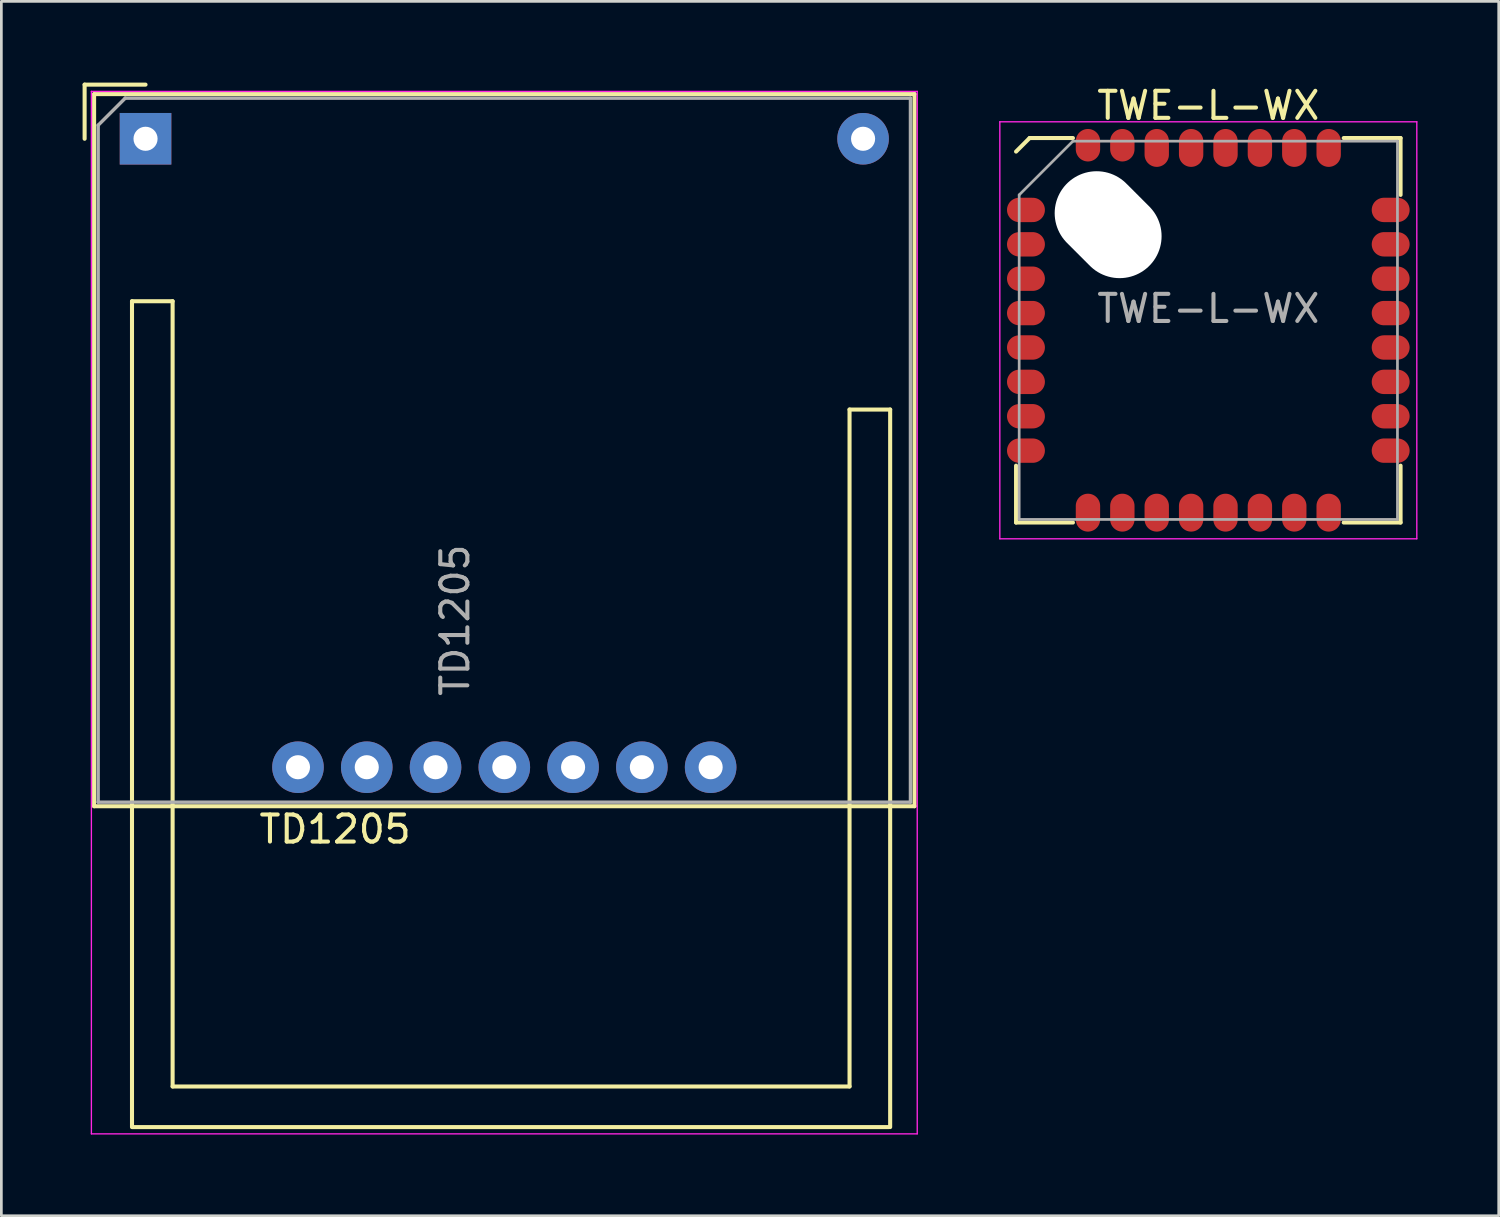
<source format=kicad_pcb>
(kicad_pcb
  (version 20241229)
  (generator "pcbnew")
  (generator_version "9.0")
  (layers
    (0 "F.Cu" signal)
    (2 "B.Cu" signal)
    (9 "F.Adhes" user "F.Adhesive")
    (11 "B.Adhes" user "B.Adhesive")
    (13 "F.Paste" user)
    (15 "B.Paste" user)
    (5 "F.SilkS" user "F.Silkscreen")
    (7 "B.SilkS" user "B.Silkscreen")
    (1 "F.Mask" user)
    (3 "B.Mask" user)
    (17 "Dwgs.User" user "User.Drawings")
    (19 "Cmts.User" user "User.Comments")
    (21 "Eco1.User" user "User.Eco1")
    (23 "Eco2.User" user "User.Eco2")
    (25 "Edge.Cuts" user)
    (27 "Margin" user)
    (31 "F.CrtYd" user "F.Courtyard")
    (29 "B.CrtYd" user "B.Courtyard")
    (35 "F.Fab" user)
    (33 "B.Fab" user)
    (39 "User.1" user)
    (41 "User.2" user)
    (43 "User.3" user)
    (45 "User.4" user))
  (footprint "TD1205"
    (layer "F.Cu")
    (at 2.325 2.075)
    (property "Reference" "TD1205" (at 7 25.5 180) (layer "F.SilkS") (effects (font (size 1 1) (thickness 0.15))))
    (attr through_hole)
    (fp_line (start -2.25 -2) (end -2.25 0) (stroke (width 0.15) (type solid)) (layer "F.SilkS"))
    (fp_line (start -1.9 24.65) (end -1.9 -1.65) (stroke (width 0.15) (type solid)) (layer "F.SilkS"))
    (fp_line (start -0.5 6) (end -0.5 36.5) (stroke (width 0.15) (type solid)) (layer "F.SilkS"))
    (fp_line (start -0.5 6) (end 1 6) (stroke (width 0.15) (type solid)) (layer "F.SilkS"))
    (fp_line (start -0.48 36.5) (end 27.46 36.5) (stroke (width 0.15) (type solid)) (layer "F.SilkS"))
    (fp_line (start 0 -2) (end -2.25 -2) (stroke (width 0.15) (type solid)) (layer "F.SilkS"))
    (fp_line (start 1 35) (end 1 6) (stroke (width 0.15) (type solid)) (layer "F.SilkS"))
    (fp_line (start 26 10) (end 26 35) (stroke (width 0.15) (type solid)) (layer "F.SilkS"))
    (fp_line (start 26 35) (end 1 35) (stroke (width 0.15) (type solid)) (layer "F.SilkS"))
    (fp_line (start 27.5 10) (end 26 10) (stroke (width 0.15) (type solid)) (layer "F.SilkS"))
    (fp_line (start 27.5 36.5) (end 27.5 10) (stroke (width 0.15) (type solid)) (layer "F.SilkS"))
    (fp_line (start 28.4 -1.65) (end -1.9 -1.65) (stroke (width 0.15) (type solid)) (layer "F.SilkS"))
    (fp_line (start 28.4 -1.65) (end 28.4 24.65) (stroke (width 0.15) (type solid)) (layer "F.SilkS"))
    (fp_line (start 28.4 24.65) (end -1.9 24.65) (stroke (width 0.15) (type solid)) (layer "F.SilkS"))
    (fp_line (start -2 -1.75) (end 28.5 -1.75) (stroke (width 0.05) (type solid)) (layer "F.CrtYd"))
    (fp_line (start -2 36.75) (end -2 -1.75) (stroke (width 0.05) (type solid)) (layer "F.CrtYd"))
    (fp_line (start 28.5 -1.75) (end 28.5 36.75) (stroke (width 0.05) (type solid)) (layer "F.CrtYd"))
    (fp_line (start 28.5 36.75) (end -2 36.75) (stroke (width 0.05) (type solid)) (layer "F.CrtYd"))
    (fp_line (start -1.75 -0.5) (end -0.75 -1.5) (stroke (width 0.127) (type solid)) (layer "F.Fab"))
    (fp_line (start -1.75 24.5) (end -1.75 -0.5) (stroke (width 0.127) (type solid)) (layer "F.Fab"))
    (fp_line (start -0.75 -1.5) (end 28.25 -1.5) (stroke (width 0.127) (type solid)) (layer "F.Fab"))
    (fp_line (start 28.25 -1.5) (end 28.25 24.5) (stroke (width 0.127) (type solid)) (layer "F.Fab"))
    (fp_line (start 28.25 24.5) (end -1.75 24.5) (stroke (width 0.127) (type solid)) (layer "F.Fab"))
    (fp_text user "${REFERENCE}" (at 11.43 17.78 90) (layer "F.Fab") (effects (font (size 1 1) (thickness 0.15))))
    (pad "1" thru_hole rect (at 0 0 90) (size 1.905 1.905) (drill 0.89) (layers "*.Cu" "*.Mask"))
    (pad "2" thru_hole circle (at 26.5 0 90) (size 1.905 1.905) (drill 0.89) (layers "*.Cu" "*.Mask"))
    (pad "3" thru_hole circle (at 5.63 23.21 90) (size 1.905 1.905) (drill 0.89) (layers "*.Cu" "*.Mask"))
    (pad "4" thru_hole circle (at 8.17 23.21 90) (size 1.905 1.905) (drill 0.89) (layers "*.Cu" "*.Mask"))
    (pad "5" thru_hole circle (at 10.71 23.21 90) (size 1.905 1.905) (drill 0.89) (layers "*.Cu" "*.Mask"))
    (pad "6" thru_hole circle (at 13.25 23.21 90) (size 1.905 1.905) (drill 0.89) (layers "*.Cu" "*.Mask"))
    (pad "7" thru_hole circle (at 15.79 23.21 90) (size 1.905 1.905) (drill 0.89) (layers "*.Cu" "*.Mask"))
    (pad "8" thru_hole circle (at 18.33 23.21 90) (size 1.905 1.905) (drill 0.89) (layers "*.Cu" "*.Mask"))
    (pad "9" thru_hole circle (at 20.87 23.21 90) (size 1.905 1.905) (drill 0.89) (layers "*.Cu" "*.Mask")))
  (footprint "TWE-L-WX"
    (layer "F.Cu")
    (at 41.575 9.148)
    (property "Reference" "TWE-L-WX" (at 0 -8.3 0) (layer "F.SilkS") (effects (font (size 1 1) (thickness 0.15))))
    (attr smd)
    (fp_line (start -7.1 5) (end -7.1 7.1) (stroke (width 0.15) (type solid)) (layer "F.SilkS"))
    (fp_line (start -7.1 7.1) (end -5 7.1) (stroke (width 0.15) (type solid)) (layer "F.SilkS"))
    (fp_line (start -6.6 -7.1) (end -7.1 -6.6) (stroke (width 0.15) (type solid)) (layer "F.SilkS"))
    (fp_line (start -5 -7.1) (end -6.6 -7.1) (stroke (width 0.15) (type solid)) (layer "F.SilkS"))
    (fp_line (start 5 -7.1) (end 7.1 -7.1) (stroke (width 0.15) (type solid)) (layer "F.SilkS"))
    (fp_line (start 5 7.1) (end 7.1 7.1) (stroke (width 0.15) (type solid)) (layer "F.SilkS"))
    (fp_line (start 7.1 -7.1) (end 7.1 -5) (stroke (width 0.15) (type solid)) (layer "F.SilkS"))
    (fp_line (start 7.1 7.1) (end 7.1 5) (stroke (width 0.15) (type solid)) (layer "F.SilkS"))
    (fp_line (start -7.7 -7.7) (end -7.7 7.7) (stroke (width 0.05) (type solid)) (layer "F.CrtYd"))
    (fp_line (start -7.7 7.7) (end 7.7 7.7) (stroke (width 0.05) (type solid)) (layer "F.CrtYd"))
    (fp_line (start 7.7 -7.7) (end -7.7 -7.7) (stroke (width 0.05) (type solid)) (layer "F.CrtYd"))
    (fp_line (start 7.7 7.7) (end 7.7 -7.7) (stroke (width 0.05) (type solid)) (layer "F.CrtYd"))
    (fp_line (start -6.985 -5) (end -6.985 6.985) (stroke (width 0.1) (type solid)) (layer "F.Fab"))
    (fp_line (start -6.985 6.985) (end 6.985 6.985) (stroke (width 0.1) (type solid)) (layer "F.Fab"))
    (fp_line (start -5 -6.985) (end -6.985 -5) (stroke (width 0.1) (type solid)) (layer "F.Fab"))
    (fp_line (start 6.985 -6.985) (end -5 -6.985) (stroke (width 0.1) (type solid)) (layer "F.Fab"))
    (fp_line (start 6.985 6.985) (end 6.985 -6.985) (stroke (width 0.1) (type solid)) (layer "F.Fab"))
    (fp_text user "${REFERENCE}" (at 0 -0.8 0) (layer "F.Fab") (effects (font (size 1 1) (thickness 0.15))))
    (pad "" np_thru_hole oval (at -3.7 -3.9 315) (size 4.3 3.1) (drill oval 4.3 3.1) (layers "*.Cu" "*.Mask"))
    (pad "1" smd oval (at -6.735 -4.445 90) (size 0.9 1.4) (layers "F.Cu" "F.Mask" "F.Paste"))
    (pad "2" smd oval (at -6.735 -3.175 90) (size 0.9 1.4) (layers "F.Cu" "F.Mask" "F.Paste"))
    (pad "3" smd oval (at -6.735 -1.905 90) (size 0.9 1.4) (layers "F.Cu" "F.Mask" "F.Paste"))
    (pad "4" smd oval (at -6.735 -0.635 90) (size 0.9 1.4) (layers "F.Cu" "F.Mask" "F.Paste"))
    (pad "5" smd oval (at -6.735 0.635 90) (size 0.9 1.4) (layers "F.Cu" "F.Mask" "F.Paste"))
    (pad "6" smd oval (at -6.735 1.905 90) (size 0.9 1.4) (layers "F.Cu" "F.Mask" "F.Paste"))
    (pad "7" smd oval (at -6.735 3.175 90) (size 0.9 1.4) (layers "F.Cu" "F.Mask" "F.Paste"))
    (pad "8" smd oval (at -6.735 4.445 90) (size 0.9 1.4) (layers "F.Cu" "F.Mask" "F.Paste"))
    (pad "9" smd oval (at -4.445 6.735) (size 0.9 1.4) (layers "F.Cu" "F.Mask" "F.Paste"))
    (pad "10" smd oval (at -3.175 6.735) (size 0.9 1.4) (layers "F.Cu" "F.Mask" "F.Paste"))
    (pad "11" smd oval (at -1.905 6.735) (size 0.9 1.4) (layers "F.Cu" "F.Mask" "F.Paste"))
    (pad "12" smd oval (at -0.635 6.735) (size 0.9 1.4) (layers "F.Cu" "F.Mask" "F.Paste"))
    (pad "13" smd oval (at 0.635 6.735) (size 0.9 1.4) (layers "F.Cu" "F.Mask" "F.Paste"))
    (pad "14" smd oval (at 1.905 6.735) (size 0.9 1.4) (layers "F.Cu" "F.Mask" "F.Paste"))
    (pad "15" smd oval (at 3.175 6.735) (size 0.9 1.4) (layers "F.Cu" "F.Mask" "F.Paste"))
    (pad "16" smd oval (at 4.445 6.735) (size 0.9 1.4) (layers "F.Cu" "F.Mask" "F.Paste"))
    (pad "17" smd oval (at 6.735 4.445 90) (size 0.9 1.4) (layers "F.Cu" "F.Mask" "F.Paste"))
    (pad "18" smd oval (at 6.735 3.175 90) (size 0.9 1.4) (layers "F.Cu" "F.Mask" "F.Paste"))
    (pad "19" smd oval (at 6.735 1.905 90) (size 0.9 1.4) (layers "F.Cu" "F.Mask" "F.Paste"))
    (pad "20" smd oval (at 6.735 0.635 90) (size 0.9 1.4) (layers "F.Cu" "F.Mask" "F.Paste"))
    (pad "21" smd oval (at 6.735 -0.635 90) (size 0.9 1.4) (layers "F.Cu" "F.Mask" "F.Paste"))
    (pad "22" smd oval (at 6.735 -1.905 90) (size 0.9 1.4) (layers "F.Cu" "F.Mask" "F.Paste"))
    (pad "23" smd oval (at 6.735 -3.175 90) (size 0.9 1.4) (layers "F.Cu" "F.Mask" "F.Paste"))
    (pad "24" smd oval (at 6.735 -4.445 90) (size 0.9 1.4) (layers "F.Cu" "F.Mask" "F.Paste"))
    (pad "25" smd oval (at 4.445 -6.735) (size 0.9 1.4) (layers "F.Cu" "F.Mask" "F.Paste"))
    (pad "26" smd oval (at 3.175 -6.735) (size 0.9 1.4) (layers "F.Cu" "F.Mask" "F.Paste"))
    (pad "27" smd oval (at 1.905 -6.735) (size 0.9 1.4) (layers "F.Cu" "F.Mask" "F.Paste"))
    (pad "28" smd oval (at 0.635 -6.735) (size 0.9 1.4) (layers "F.Cu" "F.Mask" "F.Paste"))
    (pad "29" smd oval (at -0.635 -6.735) (size 0.9 1.4) (layers "F.Cu" "F.Mask" "F.Paste"))
    (pad "30" smd oval (at -1.905 -6.735) (size 0.9 1.4) (layers "F.Cu" "F.Mask" "F.Paste"))
    (pad "31" smd oval (at -3.175 -6.835) (size 0.9 1.2) (layers "F.Cu" "F.Mask" "F.Paste"))
    (pad "32" smd oval (at -4.445 -6.835) (size 0.9 1.2) (layers "F.Cu" "F.Mask" "F.Paste")))
  (gr_rect
    (start -3 -3)
    (end 52.3 41.85)
    (stroke (width 0.1) (type default))
    (fill no)
    (layer "Edge.Cuts")))
</source>
